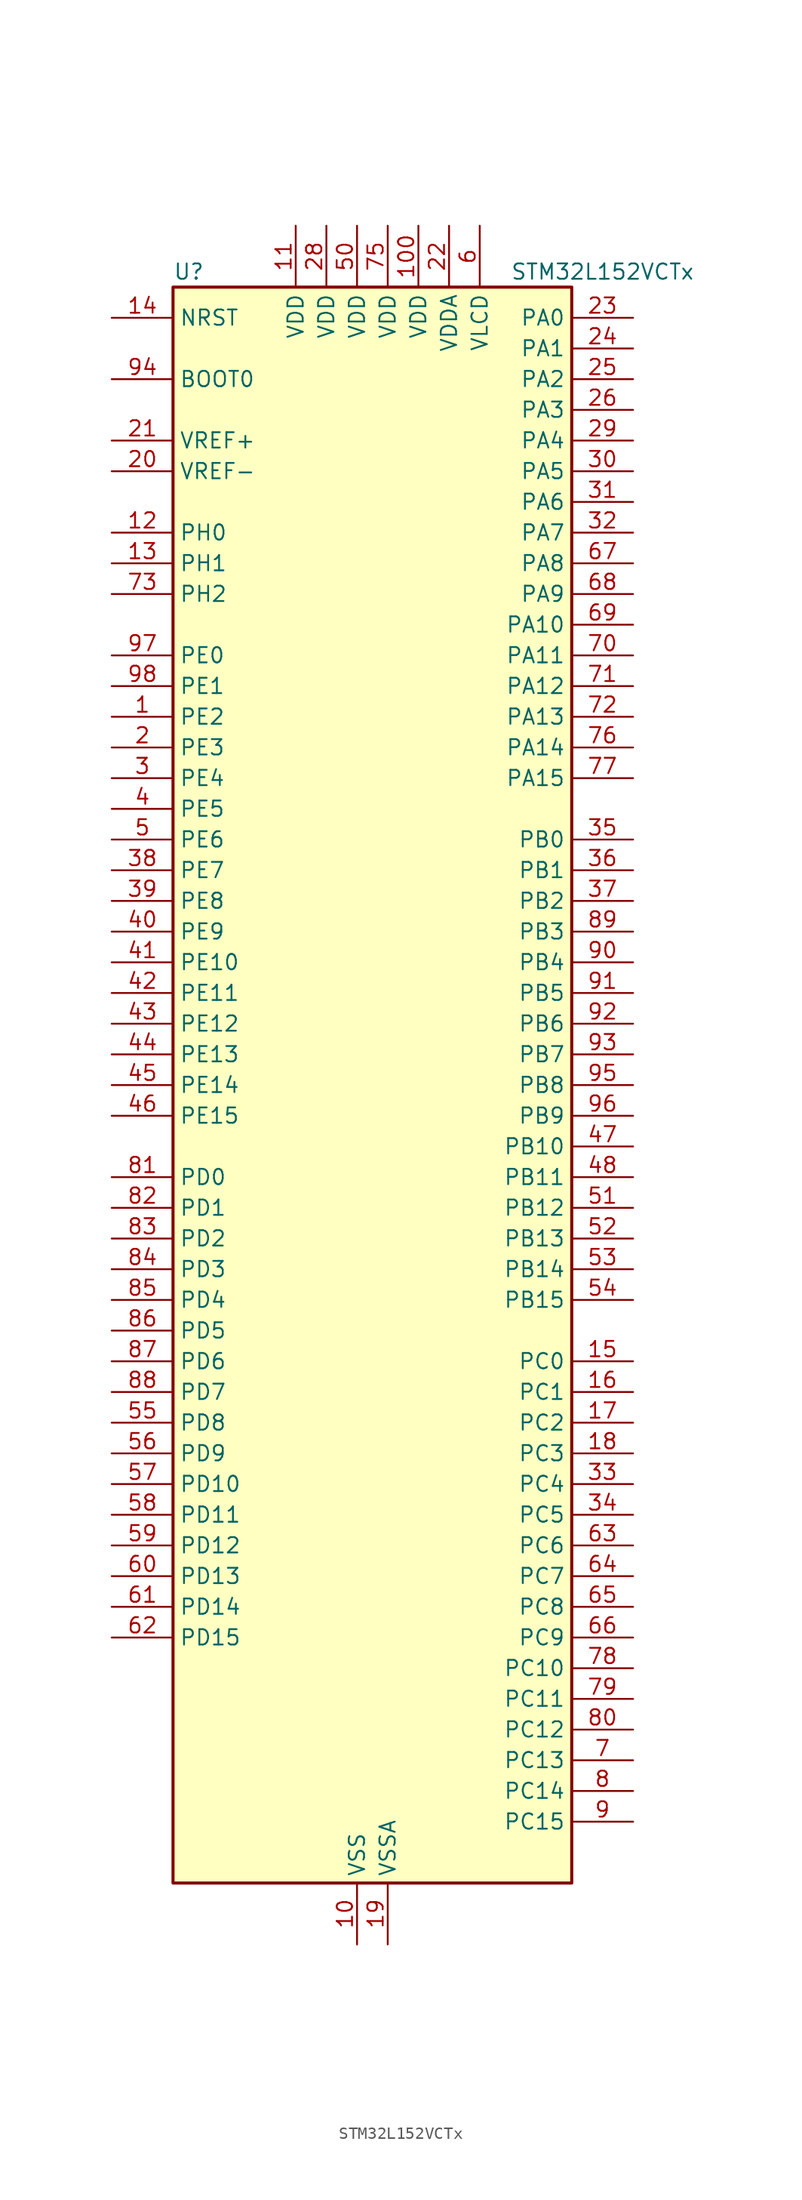
<source format=kicad_sym>
(kicad_symbol_lib
  (version 20231120)
  (generator "kicad_symbol_editor")
  (generator_version "8.0")
  (symbol "STM32L152VCTx"
    (property "Reference" "U"
      (at -15.24 67.31 0)
      (effects (font (size 1.27 1.27)) (justify left)))
    (property "Value" "STM32L152VCTx"
      (at 12.7 67.31 0)
      (effects (font (size 1.27 1.27)) (justify left)))
    (property "ki_locked" ""
      (at 0 0 0)
      (effects (font (size 1.27 1.27))))
    (symbol "STM32L152VCTx_0_1"
      (rectangle (start -15.24 -66.04) (end 17.78 66.04) (stroke (width 0.254) (type default)) (fill (type background))))
    (symbol "STM32L152VCTx_1_1"
      (pin bidirectional line (at -20.32 30.48 0) (length 5.08) (name "PE2" (effects (font (size 1.27 1.27)))) (number "1" (effects (font (size 1.27 1.27)))) (alternate "LCD_SEG38" bidirectional line) (alternate "SYS_TRACECK" bidirectional line) (alternate "TIM3_ETR" bidirectional line) (alternate "TIMX_IC3" bidirectional line))
      (pin power_in line (at 0 -71.12 90) (length 5.08) (name "VSS" (effects (font (size 1.27 1.27)))) (number "10" (effects (font (size 1.27 1.27)))))
      (pin power_in line (at 5.08 71.12 270) (length 5.08) (name "VDD" (effects (font (size 1.27 1.27)))) (number "100" (effects (font (size 1.27 1.27)))))
      (pin power_in line (at -5.08 71.12 270) (length 5.08) (name "VDD" (effects (font (size 1.27 1.27)))) (number "11" (effects (font (size 1.27 1.27)))))
      (pin bidirectional line (at -20.32 45.72 0) (length 5.08) (name "PH0" (effects (font (size 1.27 1.27)))) (number "12" (effects (font (size 1.27 1.27)))) (alternate "RCC_OSC_IN" bidirectional line))
      (pin bidirectional line (at -20.32 43.18 0) (length 5.08) (name "PH1" (effects (font (size 1.27 1.27)))) (number "13" (effects (font (size 1.27 1.27)))) (alternate "RCC_OSC_OUT" bidirectional line))
      (pin input line (at -20.32 63.5 0) (length 5.08) (name "NRST" (effects (font (size 1.27 1.27)))) (number "14" (effects (font (size 1.27 1.27)))))
      (pin bidirectional line (at 22.86 -22.86 180) (length 5.08) (name "PC0" (effects (font (size 1.27 1.27)))) (number "15" (effects (font (size 1.27 1.27)))) (alternate "ADC_IN10" bidirectional line) (alternate "COMP1_INP" bidirectional line) (alternate "LCD_SEG18" bidirectional line) (alternate "TIMX_IC1" bidirectional line) (alternate "TS_G8_IO1" bidirectional line))
      (pin bidirectional line (at 22.86 -25.4 180) (length 5.08) (name "PC1" (effects (font (size 1.27 1.27)))) (number "16" (effects (font (size 1.27 1.27)))) (alternate "ADC_IN11" bidirectional line) (alternate "COMP1_INP" bidirectional line) (alternate "LCD_SEG19" bidirectional line) (alternate "TIMX_IC2" bidirectional line) (alternate "TS_G8_IO2" bidirectional line))
      (pin bidirectional line (at 22.86 -27.94 180) (length 5.08) (name "PC2" (effects (font (size 1.27 1.27)))) (number "17" (effects (font (size 1.27 1.27)))) (alternate "ADC_IN12" bidirectional line) (alternate "COMP1_INP" bidirectional line) (alternate "LCD_SEG20" bidirectional line) (alternate "TIMX_IC3" bidirectional line) (alternate "TS_G8_IO3" bidirectional line))
      (pin bidirectional line (at 22.86 -30.48 180) (length 5.08) (name "PC3" (effects (font (size 1.27 1.27)))) (number "18" (effects (font (size 1.27 1.27)))) (alternate "ADC_IN13" bidirectional line) (alternate "COMP1_INP" bidirectional line) (alternate "LCD_SEG21" bidirectional line) (alternate "TIMX_IC4" bidirectional line) (alternate "TS_G8_IO4" bidirectional line))
      (pin power_in line (at 2.54 -71.12 90) (length 5.08) (name "VSSA" (effects (font (size 1.27 1.27)))) (number "19" (effects (font (size 1.27 1.27)))))
      (pin bidirectional line (at -20.32 27.94 0) (length 5.08) (name "PE3" (effects (font (size 1.27 1.27)))) (number "2" (effects (font (size 1.27 1.27)))) (alternate "LCD_SEG39" bidirectional line) (alternate "SYS_TRACED0" bidirectional line) (alternate "TIM3_CH1" bidirectional line) (alternate "TIMX_IC4" bidirectional line))
      (pin input line (at -20.32 50.8 0) (length 5.08) (name "VREF-" (effects (font (size 1.27 1.27)))) (number "20" (effects (font (size 1.27 1.27)))))
      (pin input line (at -20.32 53.34 0) (length 5.08) (name "VREF+" (effects (font (size 1.27 1.27)))) (number "21" (effects (font (size 1.27 1.27)))))
      (pin power_in line (at 7.62 71.12 270) (length 5.08) (name "VDDA" (effects (font (size 1.27 1.27)))) (number "22" (effects (font (size 1.27 1.27)))))
      (pin bidirectional line (at 22.86 63.5 180) (length 5.08) (name "PA0" (effects (font (size 1.27 1.27)))) (number "23" (effects (font (size 1.27 1.27)))) (alternate "ADC_IN0" bidirectional line) (alternate "COMP1_INP" bidirectional line) (alternate "RTC_TAMP2" bidirectional line) (alternate "SYS_WKUP1" bidirectional line) (alternate "TIM2_CH1" bidirectional line) (alternate "TIM2_ETR" bidirectional line) (alternate "TIM5_CH1" bidirectional line) (alternate "TIMX_IC1" bidirectional line) (alternate "TS_G1_IO1" bidirectional line) (alternate "USART2_CTS" bidirectional line))
      (pin bidirectional line (at 22.86 60.96 180) (length 5.08) (name "PA1" (effects (font (size 1.27 1.27)))) (number "24" (effects (font (size 1.27 1.27)))) (alternate "ADC_IN1" bidirectional line) (alternate "COMP1_INP" bidirectional line) (alternate "LCD_SEG0" bidirectional line) (alternate "OPAMP1_VINP" bidirectional line) (alternate "TIM2_CH2" bidirectional line) (alternate "TIM5_CH2" bidirectional line) (alternate "TIMX_IC2" bidirectional line) (alternate "TS_G1_IO2" bidirectional line) (alternate "USART2_RTS" bidirectional line))
      (pin bidirectional line (at 22.86 58.42 180) (length 5.08) (name "PA2" (effects (font (size 1.27 1.27)))) (number "25" (effects (font (size 1.27 1.27)))) (alternate "ADC_IN2" bidirectional line) (alternate "COMP1_INP" bidirectional line) (alternate "LCD_SEG1" bidirectional line) (alternate "OPAMP1_VINM" bidirectional line) (alternate "TIM2_CH3" bidirectional line) (alternate "TIM5_CH3" bidirectional line) (alternate "TIM9_CH1" bidirectional line) (alternate "TIMX_IC3" bidirectional line) (alternate "TS_G1_IO3" bidirectional line) (alternate "USART2_TX" bidirectional line))
      (pin bidirectional line (at 22.86 55.88 180) (length 5.08) (name "PA3" (effects (font (size 1.27 1.27)))) (number "26" (effects (font (size 1.27 1.27)))) (alternate "ADC_IN3" bidirectional line) (alternate "COMP1_INP" bidirectional line) (alternate "LCD_SEG2" bidirectional line) (alternate "OPAMP1_VOUT" bidirectional line) (alternate "TIM2_CH4" bidirectional line) (alternate "TIM5_CH4" bidirectional line) (alternate "TIM9_CH2" bidirectional line) (alternate "TIMX_IC4" bidirectional line) (alternate "TS_G1_IO4" bidirectional line) (alternate "USART2_RX" bidirectional line))
      (pin passive line (at 0 -71.12 90) (length 5.08) hide (name "VSS" (effects (font (size 1.27 1.27)))) (number "27" (effects (font (size 1.27 1.27)))))
      (pin power_in line (at -2.54 71.12 270) (length 5.08) (name "VDD" (effects (font (size 1.27 1.27)))) (number "28" (effects (font (size 1.27 1.27)))))
      (pin bidirectional line (at 22.86 53.34 180) (length 5.08) (name "PA4" (effects (font (size 1.27 1.27)))) (number "29" (effects (font (size 1.27 1.27)))) (alternate "ADC_IN4" bidirectional line) (alternate "COMP1_INP" bidirectional line) (alternate "DAC_OUT1" bidirectional line) (alternate "I2S3_WS" bidirectional line) (alternate "SPI1_NSS" bidirectional line) (alternate "SPI3_NSS" bidirectional line) (alternate "TIMX_IC1" bidirectional line) (alternate "USART2_CK" bidirectional line))
      (pin bidirectional line (at -20.32 25.4 0) (length 5.08) (name "PE4" (effects (font (size 1.27 1.27)))) (number "3" (effects (font (size 1.27 1.27)))) (alternate "SYS_TRACED1" bidirectional line) (alternate "TIM3_CH2" bidirectional line) (alternate "TIMX_IC1" bidirectional line))
      (pin bidirectional line (at 22.86 50.8 180) (length 5.08) (name "PA5" (effects (font (size 1.27 1.27)))) (number "30" (effects (font (size 1.27 1.27)))) (alternate "ADC_IN5" bidirectional line) (alternate "COMP1_INP" bidirectional line) (alternate "DAC_OUT2" bidirectional line) (alternate "SPI1_SCK" bidirectional line) (alternate "TIM2_CH1" bidirectional line) (alternate "TIM2_ETR" bidirectional line) (alternate "TIMX_IC2" bidirectional line))
      (pin bidirectional line (at 22.86 48.26 180) (length 5.08) (name "PA6" (effects (font (size 1.27 1.27)))) (number "31" (effects (font (size 1.27 1.27)))) (alternate "ADC_IN6" bidirectional line) (alternate "COMP1_INP" bidirectional line) (alternate "LCD_SEG3" bidirectional line) (alternate "OPAMP2_VINP" bidirectional line) (alternate "SPI1_MISO" bidirectional line) (alternate "TIM10_CH1" bidirectional line) (alternate "TIM3_CH1" bidirectional line) (alternate "TIMX_IC3" bidirectional line) (alternate "TS_G2_IO1" bidirectional line))
      (pin bidirectional line (at 22.86 45.72 180) (length 5.08) (name "PA7" (effects (font (size 1.27 1.27)))) (number "32" (effects (font (size 1.27 1.27)))) (alternate "ADC_IN7" bidirectional line) (alternate "COMP1_INP" bidirectional line) (alternate "LCD_SEG4" bidirectional line) (alternate "OPAMP2_VINM" bidirectional line) (alternate "SPI1_MOSI" bidirectional line) (alternate "TIM11_CH1" bidirectional line) (alternate "TIM3_CH2" bidirectional line) (alternate "TIMX_IC4" bidirectional line) (alternate "TS_G2_IO2" bidirectional line))
      (pin bidirectional line (at 22.86 -33.02 180) (length 5.08) (name "PC4" (effects (font (size 1.27 1.27)))) (number "33" (effects (font (size 1.27 1.27)))) (alternate "ADC_IN14" bidirectional line) (alternate "COMP1_INP" bidirectional line) (alternate "LCD_SEG22" bidirectional line) (alternate "TIMX_IC1" bidirectional line) (alternate "TS_G9_IO1" bidirectional line))
      (pin bidirectional line (at 22.86 -35.56 180) (length 5.08) (name "PC5" (effects (font (size 1.27 1.27)))) (number "34" (effects (font (size 1.27 1.27)))) (alternate "ADC_IN15" bidirectional line) (alternate "COMP1_INP" bidirectional line) (alternate "LCD_SEG23" bidirectional line) (alternate "TIMX_IC2" bidirectional line) (alternate "TS_G9_IO2" bidirectional line))
      (pin bidirectional line (at 22.86 20.32 180) (length 5.08) (name "PB0" (effects (font (size 1.27 1.27)))) (number "35" (effects (font (size 1.27 1.27)))) (alternate "ADC_IN8" bidirectional line) (alternate "COMP1_INP" bidirectional line) (alternate "LCD_SEG5" bidirectional line) (alternate "OPAMP2_VOUT" bidirectional line) (alternate "SYS_V_REF_OUT" bidirectional line) (alternate "TIM3_CH3" bidirectional line) (alternate "TS_G3_IO1" bidirectional line))
      (pin bidirectional line (at 22.86 17.78 180) (length 5.08) (name "PB1" (effects (font (size 1.27 1.27)))) (number "36" (effects (font (size 1.27 1.27)))) (alternate "ADC_IN9" bidirectional line) (alternate "COMP1_INP" bidirectional line) (alternate "LCD_SEG6" bidirectional line) (alternate "SYS_V_REF_OUT" bidirectional line) (alternate "TIM3_CH4" bidirectional line) (alternate "TS_G3_IO2" bidirectional line))
      (pin bidirectional line (at 22.86 15.24 180) (length 5.08) (name "PB2" (effects (font (size 1.27 1.27)))) (number "37" (effects (font (size 1.27 1.27)))) (alternate "TS_G3_IO3" bidirectional line))
      (pin bidirectional line (at -20.32 17.78 0) (length 5.08) (name "PE7" (effects (font (size 1.27 1.27)))) (number "38" (effects (font (size 1.27 1.27)))) (alternate "ADC_IN22" bidirectional line) (alternate "COMP1_INP" bidirectional line) (alternate "TIMX_IC4" bidirectional line))
      (pin bidirectional line (at -20.32 15.24 0) (length 5.08) (name "PE8" (effects (font (size 1.27 1.27)))) (number "39" (effects (font (size 1.27 1.27)))) (alternate "ADC_IN23" bidirectional line) (alternate "COMP1_INP" bidirectional line) (alternate "TIMX_IC1" bidirectional line))
      (pin bidirectional line (at -20.32 22.86 0) (length 5.08) (name "PE5" (effects (font (size 1.27 1.27)))) (number "4" (effects (font (size 1.27 1.27)))) (alternate "SYS_TRACED2" bidirectional line) (alternate "TIM9_CH1" bidirectional line) (alternate "TIMX_IC2" bidirectional line))
      (pin bidirectional line (at -20.32 12.7 0) (length 5.08) (name "PE9" (effects (font (size 1.27 1.27)))) (number "40" (effects (font (size 1.27 1.27)))) (alternate "ADC_IN24" bidirectional line) (alternate "COMP1_INP" bidirectional line) (alternate "DAC_EXTI9" bidirectional line) (alternate "TIM2_CH1" bidirectional line) (alternate "TIM2_ETR" bidirectional line) (alternate "TIM5_ETR" bidirectional line) (alternate "TIMX_IC2" bidirectional line))
      (pin bidirectional line (at -20.32 10.16 0) (length 5.08) (name "PE10" (effects (font (size 1.27 1.27)))) (number "41" (effects (font (size 1.27 1.27)))) (alternate "ADC_IN25" bidirectional line) (alternate "COMP1_INP" bidirectional line) (alternate "TIM2_CH2" bidirectional line) (alternate "TIMX_IC3" bidirectional line))
      (pin bidirectional line (at -20.32 7.62 0) (length 5.08) (name "PE11" (effects (font (size 1.27 1.27)))) (number "42" (effects (font (size 1.27 1.27)))) (alternate "ADC_EXTI11" bidirectional line) (alternate "TIM2_CH3" bidirectional line) (alternate "TIMX_IC4" bidirectional line))
      (pin bidirectional line (at -20.32 5.08 0) (length 5.08) (name "PE12" (effects (font (size 1.27 1.27)))) (number "43" (effects (font (size 1.27 1.27)))) (alternate "SPI1_NSS" bidirectional line) (alternate "TIM2_CH4" bidirectional line) (alternate "TIMX_IC1" bidirectional line))
      (pin bidirectional line (at -20.32 2.54 0) (length 5.08) (name "PE13" (effects (font (size 1.27 1.27)))) (number "44" (effects (font (size 1.27 1.27)))) (alternate "SPI1_SCK" bidirectional line) (alternate "TIMX_IC2" bidirectional line))
      (pin bidirectional line (at -20.32 0 0) (length 5.08) (name "PE14" (effects (font (size 1.27 1.27)))) (number "45" (effects (font (size 1.27 1.27)))) (alternate "SPI1_MISO" bidirectional line) (alternate "TIMX_IC3" bidirectional line))
      (pin bidirectional line (at -20.32 -2.54 0) (length 5.08) (name "PE15" (effects (font (size 1.27 1.27)))) (number "46" (effects (font (size 1.27 1.27)))) (alternate "ADC_EXTI15" bidirectional line) (alternate "SPI1_MOSI" bidirectional line) (alternate "TIMX_IC4" bidirectional line))
      (pin bidirectional line (at 22.86 -5.08 180) (length 5.08) (name "PB10" (effects (font (size 1.27 1.27)))) (number "47" (effects (font (size 1.27 1.27)))) (alternate "I2C2_SCL" bidirectional line) (alternate "LCD_SEG10" bidirectional line) (alternate "TIM2_CH3" bidirectional line) (alternate "USART3_TX" bidirectional line))
      (pin bidirectional line (at 22.86 -7.62 180) (length 5.08) (name "PB11" (effects (font (size 1.27 1.27)))) (number "48" (effects (font (size 1.27 1.27)))) (alternate "ADC_EXTI11" bidirectional line) (alternate "I2C2_SDA" bidirectional line) (alternate "LCD_SEG11" bidirectional line) (alternate "TIM2_CH4" bidirectional line) (alternate "USART3_RX" bidirectional line))
      (pin passive line (at 0 -71.12 90) (length 5.08) hide (name "VSS" (effects (font (size 1.27 1.27)))) (number "49" (effects (font (size 1.27 1.27)))))
      (pin bidirectional line (at -20.32 20.32 0) (length 5.08) (name "PE6" (effects (font (size 1.27 1.27)))) (number "5" (effects (font (size 1.27 1.27)))) (alternate "RTC_TAMP3" bidirectional line) (alternate "SYS_TRACED3" bidirectional line) (alternate "SYS_WKUP3" bidirectional line) (alternate "TIM9_CH2" bidirectional line) (alternate "TIMX_IC3" bidirectional line))
      (pin power_in line (at 0 71.12 270) (length 5.08) (name "VDD" (effects (font (size 1.27 1.27)))) (number "50" (effects (font (size 1.27 1.27)))))
      (pin bidirectional line (at 22.86 -10.16 180) (length 5.08) (name "PB12" (effects (font (size 1.27 1.27)))) (number "51" (effects (font (size 1.27 1.27)))) (alternate "ADC_IN18" bidirectional line) (alternate "COMP1_INP" bidirectional line) (alternate "I2C2_SMBA" bidirectional line) (alternate "I2S2_WS" bidirectional line) (alternate "LCD_SEG12" bidirectional line) (alternate "SPI2_NSS" bidirectional line) (alternate "TIM10_CH1" bidirectional line) (alternate "TS_G7_IO1" bidirectional line) (alternate "USART3_CK" bidirectional line))
      (pin bidirectional line (at 22.86 -12.7 180) (length 5.08) (name "PB13" (effects (font (size 1.27 1.27)))) (number "52" (effects (font (size 1.27 1.27)))) (alternate "ADC_IN19" bidirectional line) (alternate "COMP1_INP" bidirectional line) (alternate "I2S2_CK" bidirectional line) (alternate "LCD_SEG13" bidirectional line) (alternate "SPI2_SCK" bidirectional line) (alternate "TIM9_CH1" bidirectional line) (alternate "TS_G7_IO2" bidirectional line) (alternate "USART3_CTS" bidirectional line))
      (pin bidirectional line (at 22.86 -15.24 180) (length 5.08) (name "PB14" (effects (font (size 1.27 1.27)))) (number "53" (effects (font (size 1.27 1.27)))) (alternate "ADC_IN20" bidirectional line) (alternate "COMP1_INP" bidirectional line) (alternate "LCD_SEG14" bidirectional line) (alternate "SPI2_MISO" bidirectional line) (alternate "TIM9_CH2" bidirectional line) (alternate "TS_G7_IO3" bidirectional line) (alternate "USART3_RTS" bidirectional line))
      (pin bidirectional line (at 22.86 -17.78 180) (length 5.08) (name "PB15" (effects (font (size 1.27 1.27)))) (number "54" (effects (font (size 1.27 1.27)))) (alternate "ADC_EXTI15" bidirectional line) (alternate "ADC_IN21" bidirectional line) (alternate "COMP1_INP" bidirectional line) (alternate "I2S2_SD" bidirectional line) (alternate "LCD_SEG15" bidirectional line) (alternate "RTC_REFIN" bidirectional line) (alternate "SPI2_MOSI" bidirectional line) (alternate "TIM11_CH1" bidirectional line) (alternate "TS_G7_IO4" bidirectional line))
      (pin bidirectional line (at -20.32 -27.94 0) (length 5.08) (name "PD8" (effects (font (size 1.27 1.27)))) (number "55" (effects (font (size 1.27 1.27)))) (alternate "LCD_SEG28" bidirectional line) (alternate "TIMX_IC1" bidirectional line) (alternate "USART3_TX" bidirectional line))
      (pin bidirectional line (at -20.32 -30.48 0) (length 5.08) (name "PD9" (effects (font (size 1.27 1.27)))) (number "56" (effects (font (size 1.27 1.27)))) (alternate "DAC_EXTI9" bidirectional line) (alternate "LCD_SEG29" bidirectional line) (alternate "TIMX_IC2" bidirectional line) (alternate "USART3_RX" bidirectional line))
      (pin bidirectional line (at -20.32 -33.02 0) (length 5.08) (name "PD10" (effects (font (size 1.27 1.27)))) (number "57" (effects (font (size 1.27 1.27)))) (alternate "LCD_SEG30" bidirectional line) (alternate "TIMX_IC3" bidirectional line) (alternate "USART3_CK" bidirectional line))
      (pin bidirectional line (at -20.32 -35.56 0) (length 5.08) (name "PD11" (effects (font (size 1.27 1.27)))) (number "58" (effects (font (size 1.27 1.27)))) (alternate "ADC_EXTI11" bidirectional line) (alternate "LCD_SEG31" bidirectional line) (alternate "TIMX_IC4" bidirectional line) (alternate "USART3_CTS" bidirectional line))
      (pin bidirectional line (at -20.32 -38.1 0) (length 5.08) (name "PD12" (effects (font (size 1.27 1.27)))) (number "59" (effects (font (size 1.27 1.27)))) (alternate "LCD_SEG32" bidirectional line) (alternate "TIM4_CH1" bidirectional line) (alternate "TIMX_IC1" bidirectional line) (alternate "USART3_RTS" bidirectional line))
      (pin power_in line (at 10.16 71.12 270) (length 5.08) (name "VLCD" (effects (font (size 1.27 1.27)))) (number "6" (effects (font (size 1.27 1.27)))))
      (pin bidirectional line (at -20.32 -40.64 0) (length 5.08) (name "PD13" (effects (font (size 1.27 1.27)))) (number "60" (effects (font (size 1.27 1.27)))) (alternate "LCD_SEG33" bidirectional line) (alternate "TIM4_CH2" bidirectional line) (alternate "TIMX_IC2" bidirectional line))
      (pin bidirectional line (at -20.32 -43.18 0) (length 5.08) (name "PD14" (effects (font (size 1.27 1.27)))) (number "61" (effects (font (size 1.27 1.27)))) (alternate "LCD_SEG34" bidirectional line) (alternate "TIM4_CH3" bidirectional line) (alternate "TIMX_IC3" bidirectional line))
      (pin bidirectional line (at -20.32 -45.72 0) (length 5.08) (name "PD15" (effects (font (size 1.27 1.27)))) (number "62" (effects (font (size 1.27 1.27)))) (alternate "ADC_EXTI15" bidirectional line) (alternate "LCD_SEG35" bidirectional line) (alternate "TIM4_CH4" bidirectional line) (alternate "TIMX_IC4" bidirectional line))
      (pin bidirectional line (at 22.86 -38.1 180) (length 5.08) (name "PC6" (effects (font (size 1.27 1.27)))) (number "63" (effects (font (size 1.27 1.27)))) (alternate "I2S2_MCK" bidirectional line) (alternate "LCD_SEG24" bidirectional line) (alternate "TIM3_CH1" bidirectional line) (alternate "TIMX_IC3" bidirectional line) (alternate "TS_G10_IO1" bidirectional line))
      (pin bidirectional line (at 22.86 -40.64 180) (length 5.08) (name "PC7" (effects (font (size 1.27 1.27)))) (number "64" (effects (font (size 1.27 1.27)))) (alternate "I2S3_MCK" bidirectional line) (alternate "LCD_SEG25" bidirectional line) (alternate "TIM3_CH2" bidirectional line) (alternate "TIMX_IC4" bidirectional line) (alternate "TS_G10_IO2" bidirectional line))
      (pin bidirectional line (at 22.86 -43.18 180) (length 5.08) (name "PC8" (effects (font (size 1.27 1.27)))) (number "65" (effects (font (size 1.27 1.27)))) (alternate "LCD_SEG26" bidirectional line) (alternate "TIM3_CH3" bidirectional line) (alternate "TIMX_IC1" bidirectional line) (alternate "TS_G10_IO3" bidirectional line))
      (pin bidirectional line (at 22.86 -45.72 180) (length 5.08) (name "PC9" (effects (font (size 1.27 1.27)))) (number "66" (effects (font (size 1.27 1.27)))) (alternate "DAC_EXTI9" bidirectional line) (alternate "LCD_SEG27" bidirectional line) (alternate "TIM3_CH4" bidirectional line) (alternate "TIMX_IC2" bidirectional line) (alternate "TS_G10_IO4" bidirectional line))
      (pin bidirectional line (at 22.86 43.18 180) (length 5.08) (name "PA8" (effects (font (size 1.27 1.27)))) (number "67" (effects (font (size 1.27 1.27)))) (alternate "LCD_COM0" bidirectional line) (alternate "RCC_MCO" bidirectional line) (alternate "TIMX_IC1" bidirectional line) (alternate "TS_G4_IO1" bidirectional line) (alternate "USART1_CK" bidirectional line))
      (pin bidirectional line (at 22.86 40.64 180) (length 5.08) (name "PA9" (effects (font (size 1.27 1.27)))) (number "68" (effects (font (size 1.27 1.27)))) (alternate "DAC_EXTI9" bidirectional line) (alternate "LCD_COM1" bidirectional line) (alternate "TIMX_IC2" bidirectional line) (alternate "TS_G4_IO2" bidirectional line) (alternate "USART1_TX" bidirectional line))
      (pin bidirectional line (at 22.86 38.1 180) (length 5.08) (name "PA10" (effects (font (size 1.27 1.27)))) (number "69" (effects (font (size 1.27 1.27)))) (alternate "LCD_COM2" bidirectional line) (alternate "TIMX_IC3" bidirectional line) (alternate "TS_G4_IO3" bidirectional line) (alternate "USART1_RX" bidirectional line))
      (pin bidirectional line (at 22.86 -55.88 180) (length 5.08) (name "PC13" (effects (font (size 1.27 1.27)))) (number "7" (effects (font (size 1.27 1.27)))) (alternate "RTC_OUT_ALARM" bidirectional line) (alternate "RTC_OUT_CALIB" bidirectional line) (alternate "RTC_TAMP1" bidirectional line) (alternate "RTC_TS" bidirectional line) (alternate "SYS_WKUP2" bidirectional line) (alternate "TIMX_IC2" bidirectional line))
      (pin bidirectional line (at 22.86 35.56 180) (length 5.08) (name "PA11" (effects (font (size 1.27 1.27)))) (number "70" (effects (font (size 1.27 1.27)))) (alternate "ADC_EXTI11" bidirectional line) (alternate "SPI1_MISO" bidirectional line) (alternate "TIMX_IC4" bidirectional line) (alternate "USART1_CTS" bidirectional line) (alternate "USB_DM" bidirectional line))
      (pin bidirectional line (at 22.86 33.02 180) (length 5.08) (name "PA12" (effects (font (size 1.27 1.27)))) (number "71" (effects (font (size 1.27 1.27)))) (alternate "SPI1_MOSI" bidirectional line) (alternate "TIMX_IC1" bidirectional line) (alternate "USART1_RTS" bidirectional line) (alternate "USB_DP" bidirectional line))
      (pin bidirectional line (at 22.86 30.48 180) (length 5.08) (name "PA13" (effects (font (size 1.27 1.27)))) (number "72" (effects (font (size 1.27 1.27)))) (alternate "SYS_JTMS-SWDIO" bidirectional line) (alternate "TIMX_IC2" bidirectional line) (alternate "TS_G5_IO1" bidirectional line))
      (pin bidirectional line (at -20.32 40.64 0) (length 5.08) (name "PH2" (effects (font (size 1.27 1.27)))) (number "73" (effects (font (size 1.27 1.27)))))
      (pin passive line (at 0 -71.12 90) (length 5.08) hide (name "VSS" (effects (font (size 1.27 1.27)))) (number "74" (effects (font (size 1.27 1.27)))))
      (pin power_in line (at 2.54 71.12 270) (length 5.08) (name "VDD" (effects (font (size 1.27 1.27)))) (number "75" (effects (font (size 1.27 1.27)))))
      (pin bidirectional line (at 22.86 27.94 180) (length 5.08) (name "PA14" (effects (font (size 1.27 1.27)))) (number "76" (effects (font (size 1.27 1.27)))) (alternate "SYS_JTCK-SWCLK" bidirectional line) (alternate "TIMX_IC3" bidirectional line) (alternate "TS_G5_IO2" bidirectional line))
      (pin bidirectional line (at 22.86 25.4 180) (length 5.08) (name "PA15" (effects (font (size 1.27 1.27)))) (number "77" (effects (font (size 1.27 1.27)))) (alternate "ADC_EXTI15" bidirectional line) (alternate "I2S3_WS" bidirectional line) (alternate "LCD_SEG17" bidirectional line) (alternate "SPI1_NSS" bidirectional line) (alternate "SPI3_NSS" bidirectional line) (alternate "SYS_JTDI" bidirectional line) (alternate "TIM2_CH1" bidirectional line) (alternate "TIM2_ETR" bidirectional line) (alternate "TIMX_IC4" bidirectional line) (alternate "TS_G5_IO3" bidirectional line))
      (pin bidirectional line (at 22.86 -48.26 180) (length 5.08) (name "PC10" (effects (font (size 1.27 1.27)))) (number "78" (effects (font (size 1.27 1.27)))) (alternate "I2S3_CK" bidirectional line) (alternate "LCD_COM4" bidirectional line) (alternate "LCD_SEG28" bidirectional line) (alternate "LCD_SEG40" bidirectional line) (alternate "SPI3_SCK" bidirectional line) (alternate "TIMX_IC3" bidirectional line) (alternate "USART3_TX" bidirectional line))
      (pin bidirectional line (at 22.86 -50.8 180) (length 5.08) (name "PC11" (effects (font (size 1.27 1.27)))) (number "79" (effects (font (size 1.27 1.27)))) (alternate "ADC_EXTI11" bidirectional line) (alternate "LCD_COM5" bidirectional line) (alternate "LCD_SEG29" bidirectional line) (alternate "LCD_SEG41" bidirectional line) (alternate "SPI3_MISO" bidirectional line) (alternate "TIMX_IC4" bidirectional line) (alternate "USART3_RX" bidirectional line))
      (pin bidirectional line (at 22.86 -58.42 180) (length 5.08) (name "PC14" (effects (font (size 1.27 1.27)))) (number "8" (effects (font (size 1.27 1.27)))) (alternate "RCC_OSC32_IN" bidirectional line) (alternate "TIMX_IC3" bidirectional line))
      (pin bidirectional line (at 22.86 -53.34 180) (length 5.08) (name "PC12" (effects (font (size 1.27 1.27)))) (number "80" (effects (font (size 1.27 1.27)))) (alternate "I2S3_SD" bidirectional line) (alternate "LCD_COM6" bidirectional line) (alternate "LCD_SEG30" bidirectional line) (alternate "LCD_SEG42" bidirectional line) (alternate "SPI3_MOSI" bidirectional line) (alternate "TIMX_IC1" bidirectional line) (alternate "USART3_CK" bidirectional line))
      (pin bidirectional line (at -20.32 -7.62 0) (length 5.08) (name "PD0" (effects (font (size 1.27 1.27)))) (number "81" (effects (font (size 1.27 1.27)))) (alternate "I2S2_WS" bidirectional line) (alternate "SPI2_NSS" bidirectional line) (alternate "TIM9_CH1" bidirectional line) (alternate "TIMX_IC1" bidirectional line))
      (pin bidirectional line (at -20.32 -10.16 0) (length 5.08) (name "PD1" (effects (font (size 1.27 1.27)))) (number "82" (effects (font (size 1.27 1.27)))) (alternate "I2S2_CK" bidirectional line) (alternate "SPI2_SCK" bidirectional line) (alternate "TIMX_IC2" bidirectional line))
      (pin bidirectional line (at -20.32 -12.7 0) (length 5.08) (name "PD2" (effects (font (size 1.27 1.27)))) (number "83" (effects (font (size 1.27 1.27)))) (alternate "LCD_COM7" bidirectional line) (alternate "LCD_SEG31" bidirectional line) (alternate "LCD_SEG43" bidirectional line) (alternate "TIM3_ETR" bidirectional line) (alternate "TIMX_IC3" bidirectional line))
      (pin bidirectional line (at -20.32 -15.24 0) (length 5.08) (name "PD3" (effects (font (size 1.27 1.27)))) (number "84" (effects (font (size 1.27 1.27)))) (alternate "SPI2_MISO" bidirectional line) (alternate "TIMX_IC4" bidirectional line) (alternate "USART2_CTS" bidirectional line))
      (pin bidirectional line (at -20.32 -17.78 0) (length 5.08) (name "PD4" (effects (font (size 1.27 1.27)))) (number "85" (effects (font (size 1.27 1.27)))) (alternate "I2S2_SD" bidirectional line) (alternate "SPI2_MOSI" bidirectional line) (alternate "TIMX_IC1" bidirectional line) (alternate "USART2_RTS" bidirectional line))
      (pin bidirectional line (at -20.32 -20.32 0) (length 5.08) (name "PD5" (effects (font (size 1.27 1.27)))) (number "86" (effects (font (size 1.27 1.27)))) (alternate "TIMX_IC2" bidirectional line) (alternate "USART2_TX" bidirectional line))
      (pin bidirectional line (at -20.32 -22.86 0) (length 5.08) (name "PD6" (effects (font (size 1.27 1.27)))) (number "87" (effects (font (size 1.27 1.27)))) (alternate "TIMX_IC3" bidirectional line) (alternate "USART2_RX" bidirectional line))
      (pin bidirectional line (at -20.32 -25.4 0) (length 5.08) (name "PD7" (effects (font (size 1.27 1.27)))) (number "88" (effects (font (size 1.27 1.27)))) (alternate "TIM9_CH2" bidirectional line) (alternate "TIMX_IC4" bidirectional line) (alternate "USART2_CK" bidirectional line))
      (pin bidirectional line (at 22.86 12.7 180) (length 5.08) (name "PB3" (effects (font (size 1.27 1.27)))) (number "89" (effects (font (size 1.27 1.27)))) (alternate "COMP2_INM" bidirectional line) (alternate "I2S3_CK" bidirectional line) (alternate "LCD_SEG7" bidirectional line) (alternate "SPI1_SCK" bidirectional line) (alternate "SPI3_SCK" bidirectional line) (alternate "SYS_JTDO-TRACESWO" bidirectional line) (alternate "TIM2_CH2" bidirectional line))
      (pin bidirectional line (at 22.86 -60.96 180) (length 5.08) (name "PC15" (effects (font (size 1.27 1.27)))) (number "9" (effects (font (size 1.27 1.27)))) (alternate "ADC_EXTI15" bidirectional line) (alternate "RCC_OSC32_OUT" bidirectional line) (alternate "TIMX_IC4" bidirectional line))
      (pin bidirectional line (at 22.86 10.16 180) (length 5.08) (name "PB4" (effects (font (size 1.27 1.27)))) (number "90" (effects (font (size 1.27 1.27)))) (alternate "COMP2_INP" bidirectional line) (alternate "LCD_SEG8" bidirectional line) (alternate "SPI1_MISO" bidirectional line) (alternate "SPI3_MISO" bidirectional line) (alternate "SYS_JTRST" bidirectional line) (alternate "TIM3_CH1" bidirectional line) (alternate "TS_G6_IO1" bidirectional line))
      (pin bidirectional line (at 22.86 7.62 180) (length 5.08) (name "PB5" (effects (font (size 1.27 1.27)))) (number "91" (effects (font (size 1.27 1.27)))) (alternate "COMP2_INP" bidirectional line) (alternate "I2C1_SMBA" bidirectional line) (alternate "I2S3_SD" bidirectional line) (alternate "LCD_SEG9" bidirectional line) (alternate "SPI1_MOSI" bidirectional line) (alternate "SPI3_MOSI" bidirectional line) (alternate "TIM3_CH2" bidirectional line) (alternate "TS_G6_IO2" bidirectional line))
      (pin bidirectional line (at 22.86 5.08 180) (length 5.08) (name "PB6" (effects (font (size 1.27 1.27)))) (number "92" (effects (font (size 1.27 1.27)))) (alternate "COMP2_INP" bidirectional line) (alternate "I2C1_SCL" bidirectional line) (alternate "TIM4_CH1" bidirectional line) (alternate "TS_G6_IO3" bidirectional line) (alternate "USART1_TX" bidirectional line))
      (pin bidirectional line (at 22.86 2.54 180) (length 5.08) (name "PB7" (effects (font (size 1.27 1.27)))) (number "93" (effects (font (size 1.27 1.27)))) (alternate "COMP2_INP" bidirectional line) (alternate "I2C1_SDA" bidirectional line) (alternate "SYS_PVD_IN" bidirectional line) (alternate "TIM4_CH2" bidirectional line) (alternate "TS_G6_IO4" bidirectional line) (alternate "USART1_RX" bidirectional line))
      (pin input line (at -20.32 58.42 0) (length 5.08) (name "BOOT0" (effects (font (size 1.27 1.27)))) (number "94" (effects (font (size 1.27 1.27)))))
      (pin bidirectional line (at 22.86 0 180) (length 5.08) (name "PB8" (effects (font (size 1.27 1.27)))) (number "95" (effects (font (size 1.27 1.27)))) (alternate "I2C1_SCL" bidirectional line) (alternate "LCD_SEG16" bidirectional line) (alternate "TIM10_CH1" bidirectional line) (alternate "TIM4_CH3" bidirectional line))
      (pin bidirectional line (at 22.86 -2.54 180) (length 5.08) (name "PB9" (effects (font (size 1.27 1.27)))) (number "96" (effects (font (size 1.27 1.27)))) (alternate "DAC_EXTI9" bidirectional line) (alternate "I2C1_SDA" bidirectional line) (alternate "LCD_COM3" bidirectional line) (alternate "TIM11_CH1" bidirectional line) (alternate "TIM4_CH4" bidirectional line))
      (pin bidirectional line (at -20.32 35.56 0) (length 5.08) (name "PE0" (effects (font (size 1.27 1.27)))) (number "97" (effects (font (size 1.27 1.27)))) (alternate "LCD_SEG36" bidirectional line) (alternate "TIM10_CH1" bidirectional line) (alternate "TIM4_ETR" bidirectional line) (alternate "TIMX_IC1" bidirectional line))
      (pin bidirectional line (at -20.32 33.02 0) (length 5.08) (name "PE1" (effects (font (size 1.27 1.27)))) (number "98" (effects (font (size 1.27 1.27)))) (alternate "LCD_SEG37" bidirectional line) (alternate "TIM11_CH1" bidirectional line) (alternate "TIMX_IC2" bidirectional line))
      (pin passive line (at 0 -71.12 90) (length 5.08) hide (name "VSS" (effects (font (size 1.27 1.27)))) (number "99" (effects (font (size 1.27 1.27))))))))
</source>
